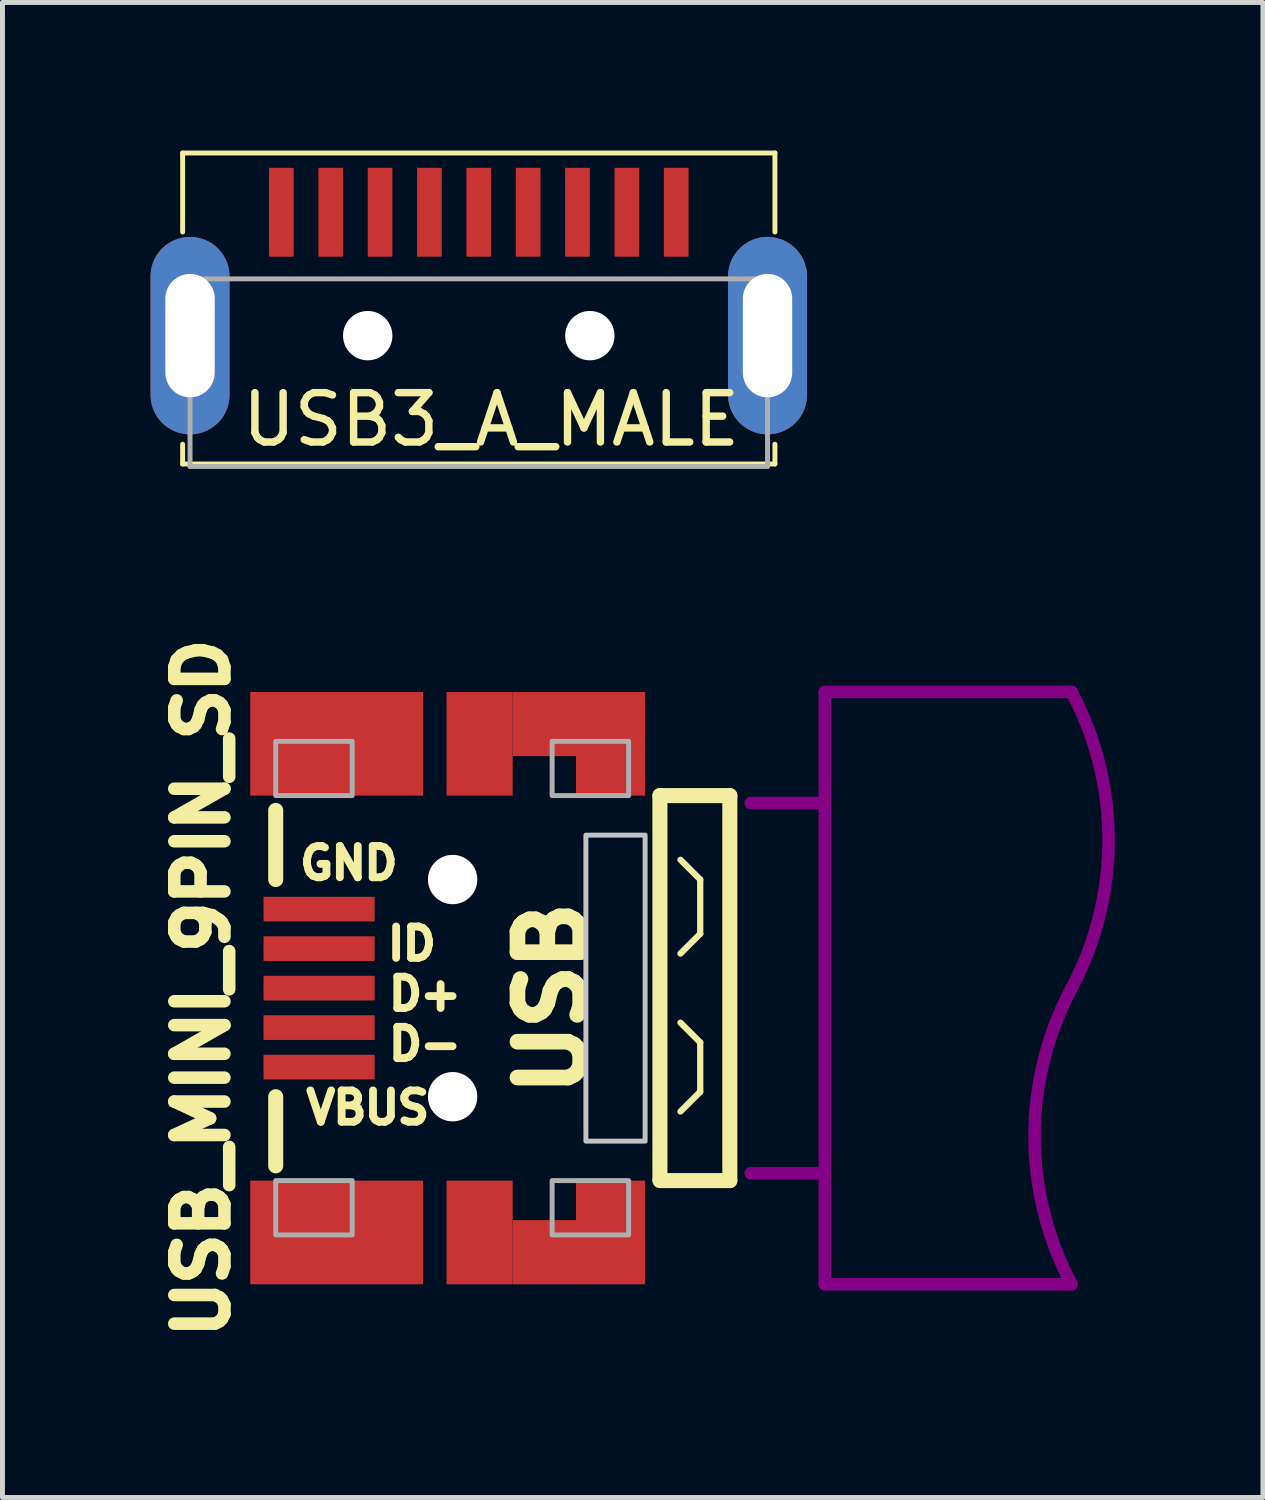
<source format=kicad_pcb>
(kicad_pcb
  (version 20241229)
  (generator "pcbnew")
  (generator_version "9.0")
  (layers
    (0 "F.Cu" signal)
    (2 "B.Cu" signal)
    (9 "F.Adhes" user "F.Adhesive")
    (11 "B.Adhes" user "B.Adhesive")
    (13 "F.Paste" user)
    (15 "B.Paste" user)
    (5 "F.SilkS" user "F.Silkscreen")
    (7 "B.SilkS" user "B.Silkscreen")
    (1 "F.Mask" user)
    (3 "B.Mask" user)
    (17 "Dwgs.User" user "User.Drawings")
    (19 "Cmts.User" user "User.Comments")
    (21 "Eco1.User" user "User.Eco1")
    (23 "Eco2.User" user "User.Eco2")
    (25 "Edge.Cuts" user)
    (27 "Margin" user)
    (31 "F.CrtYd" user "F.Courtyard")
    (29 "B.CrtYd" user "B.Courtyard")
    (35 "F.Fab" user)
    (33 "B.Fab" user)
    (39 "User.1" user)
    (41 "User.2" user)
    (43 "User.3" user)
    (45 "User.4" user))
  (footprint "USB_MINI_9PIN_SD"
    (layer "F.Cu")
    (at 7.136 16.969)
    (property "Reference" "USB_MINI_9PIN_SD" (at -6.096 0 90) (layer "F.SilkS") (effects (font (size 1.016 1.016) (thickness 0.254))))
    (attr smd)
    (fp_poly (pts (xy -4.9 -3.9) (xy -2.75 -3.9) (xy -2.75 -5.5) (xy -4.9 -5.5)) (stroke (width 0) (type solid)) (fill yes) (layer "F.Mask"))
    (fp_poly (pts (xy -4.9 5.5) (xy -2.75 5.5) (xy -2.75 3.9) (xy -4.9 3.9)) (stroke (width 0) (type solid)) (fill yes) (layer "F.Mask"))
    (fp_poly (pts (xy 0.63 -4.65) (xy 1.428 -4.65) (xy 1.428 -5.5) (xy 0.63 -5.5)) (stroke (width 0) (type solid)) (fill yes) (layer "F.Mask"))
    (fp_poly (pts (xy 0.63 5.5) (xy 1.428 5.5) (xy 1.428 4.65) (xy 0.63 4.65)) (stroke (width 0) (type solid)) (fill yes) (layer "F.Mask"))
    (fp_poly (pts (xy 1.422 -3.84) (xy 2.95 -3.84) (xy 2.95 -5.505) (xy 1.422 -5.505)) (stroke (width 0) (type solid)) (fill yes) (layer "F.Mask"))
    (fp_poly (pts (xy 1.422 5.5) (xy 2.95 5.5) (xy 2.95 3.835) (xy 1.422 3.835)) (stroke (width 0) (type solid)) (fill yes) (layer "F.Mask"))
    (fp_line (start -4.6 -3.6) (end -4.6 -2.2) (stroke (width 0.305) (type solid)) (layer "F.SilkS"))
    (fp_line (start -4.6 2.2) (end -4.6 3.6) (stroke (width 0.305) (type solid)) (layer "F.SilkS"))
    (fp_line (start 3.184 3.875) (end 3.184 -3.9) (stroke (width 0.305) (type solid)) (layer "F.SilkS"))
    (fp_line (start 3.184 3.9) (end 4.6 3.9) (stroke (width 0.305) (type solid)) (layer "F.SilkS"))
    (fp_line (start 4 -2.2) (end 3.6 -2.6) (stroke (width 0.127) (type solid)) (layer "F.SilkS"))
    (fp_line (start 4 -1.1) (end 3.6 -0.7) (stroke (width 0.127) (type solid)) (layer "F.SilkS"))
    (fp_line (start 4 -1.1) (end 4 -2.2) (stroke (width 0.127) (type solid)) (layer "F.SilkS"))
    (fp_line (start 4 1.1) (end 3.6 0.7) (stroke (width 0.127) (type solid)) (layer "F.SilkS"))
    (fp_line (start 4 2.1) (end 3.6 2.5) (stroke (width 0.127) (type solid)) (layer "F.SilkS"))
    (fp_line (start 4 2.1) (end 4 1.1) (stroke (width 0.127) (type solid)) (layer "F.SilkS"))
    (fp_line (start 4.6 -3.9) (end 3.184 -3.9) (stroke (width 0.305) (type solid)) (layer "F.SilkS"))
    (fp_line (start 4.6 3.9) (end 4.6 -3.9) (stroke (width 0.305) (type solid)) (layer "F.SilkS"))
    (fp_line (start 5.024 -3.75) (end 6.524 -3.75) (stroke (width 0.254) (type solid)) (layer "F.Adhes"))
    (fp_line (start 6.524 -6) (end 11.524 -6) (stroke (width 0.254) (type solid)) (layer "F.Adhes"))
    (fp_line (start 6.524 -3.75) (end 6.524 -6) (stroke (width 0.254) (type solid)) (layer "F.Adhes"))
    (fp_line (start 6.524 -3.75) (end 6.524 3.75) (stroke (width 0.254) (type solid)) (layer "F.Adhes"))
    (fp_line (start 6.524 3.75) (end 5.024 3.75) (stroke (width 0.254) (type solid)) (layer "F.Adhes"))
    (fp_line (start 6.524 3.75) (end 6.524 6) (stroke (width 0.254) (type solid)) (layer "F.Adhes"))
    (fp_line (start 6.524 6) (end 11.524 6) (stroke (width 0.254) (type solid)) (layer "F.Adhes"))
    (fp_arc (start 11.524 -6) (mid 12.274 -3.002502) (end 11.526353 -0.004416) (stroke (width 0.254) (type solid)) (layer "F.Adhes"))
    (fp_arc (start 11.524 6) (mid 10.774 3.002503) (end 11.521646 0.004417) (stroke (width 0.254) (type solid)) (layer "F.Adhes"))
    (fp_poly (pts (xy -4.9 -3.9) (xy -2.55 -3.9) (xy -2.55 -5.7) (xy -4.9 -5.7)) (stroke (width 0) (type solid)) (fill yes) (layer "F.Paste"))
    (fp_poly (pts (xy -4.9 5.7) (xy -2.55 5.7) (xy -2.55 3.9) (xy -4.9 3.9)) (stroke (width 0) (type solid)) (fill yes) (layer "F.Paste"))
    (fp_poly (pts (xy 0.44 -4.7) (xy 1.45 -4.7) (xy 1.45 -5.7) (xy 0.44 -5.7)) (stroke (width 0) (type solid)) (fill yes) (layer "F.Paste"))
    (fp_poly (pts (xy 0.44 5.7) (xy 1.45 5.7) (xy 1.45 4.7) (xy 0.44 4.7)) (stroke (width 0) (type solid)) (fill yes) (layer "F.Paste"))
    (fp_poly (pts (xy 1.45 -3.87) (xy 2.92 -3.87) (xy 2.92 -5.7) (xy 1.45 -5.7)) (stroke (width 0) (type solid)) (fill yes) (layer "F.Paste"))
    (fp_poly (pts (xy 1.45 5.7) (xy 2.92 5.7) (xy 2.92 3.87) (xy 1.45 3.87)) (stroke (width 0) (type solid)) (fill yes) (layer "F.Paste"))
    (fp_poly (pts (xy 2.884 -3.1) (xy 1.684 -3.1) (xy 1.684 3.1) (xy 2.884 3.1)) (stroke (width 0.1) (type solid)) (fill no) (layer "Dwgs.User"))
    (fp_poly (pts (xy -4.6 -3.9) (xy -3.05 -3.9) (xy -3.05 -5) (xy -4.6 -5)) (stroke (width 0.1) (type solid)) (fill no) (layer "F.Fab"))
    (fp_poly (pts (xy -4.6 5) (xy -3.05 5) (xy -3.05 3.9) (xy -4.6 3.9)) (stroke (width 0.1) (type solid)) (fill no) (layer "F.Fab"))
    (fp_poly (pts (xy 1 -3.9) (xy 2.55 -3.9) (xy 2.55 -5) (xy 1 -5)) (stroke (width 0.1) (type solid)) (fill no) (layer "F.Fab"))
    (fp_poly (pts (xy 1 5) (xy 2.55 5) (xy 2.55 3.9) (xy 1 3.9)) (stroke (width 0.1) (type solid)) (fill no) (layer "F.Fab"))
    (fp_text user "VBUS" (at -4.064 2.794 0) (layer "F.SilkS") (effects (font (size 0.635 0.635) (thickness 0.159)) (justify left bottom)))
    (fp_text user "D+" (at -0.762 -0.254 0) (layer "F.SilkS") (effects (font (size 0.635 0.635) (thickness 0.159)) (justify right top)))
    (fp_text user "D-" (at -0.762 0.762 0) (layer "F.SilkS") (effects (font (size 0.635 0.635) (thickness 0.159)) (justify right top)))
    (fp_text user "GND" (at -4.191 -2.159 0) (layer "F.SilkS") (effects (font (size 0.635 0.635) (thickness 0.159)) (justify left bottom)))
    (fp_text user "ID" (at -1.27 -1.27 0) (layer "F.SilkS") (effects (font (size 0.635 0.635) (thickness 0.159)) (justify right top)))
    (fp_text user "USB" (at 0.254 -1.905 90) (layer "F.SilkS") (effects (font (size 1.27 1.27) (thickness 0.318)) (justify right top)))
    (pad "" np_thru_hole circle (at -1.016 -2.2) (size 1 1) (drill 1) (layers "*.Cu"))
    (pad "" np_thru_hole circle (at -1.016 2.2) (size 1 1) (drill 1) (layers "*.Cu"))
    (pad "0" smd rect (at -3.366 -4.95 180) (size 3.5 2.1) (layers "F.Cu"))
    (pad "0" smd rect (at -3.366 4.95 180) (size 3.5 2.1) (layers "F.Cu"))
    (pad "0" smd rect (at -0.47 -4.95 180) (size 1.34 2.1) (layers "F.Cu"))
    (pad "0" smd rect (at -0.47 4.95 180) (size 1.34 2.1) (layers "F.Cu"))
    (pad "0" smd rect (at 0.85 -5.35 180) (size 1.3 1.3) (layers "F.Cu"))
    (pad "0" smd rect (at 0.85 5.35 180) (size 1.3 1.3) (layers "F.Cu"))
    (pad "0" smd rect (at 2.184 -4.95 180) (size 1.4 2.1) (layers "F.Cu"))
    (pad "0" smd rect (at 2.184 4.95 180) (size 1.4 2.1) (layers "F.Cu"))
    (pad "1" smd rect (at -3.722 1.6 180) (size 2.25 0.5) (layers "F.Cu" "F.Mask" "F.Paste"))
    (pad "2" smd rect (at -3.722 0.8 180) (size 2.25 0.5) (layers "F.Cu" "F.Mask" "F.Paste"))
    (pad "3" smd rect (at -3.722 0 180) (size 2.25 0.5) (layers "F.Cu" "F.Mask" "F.Paste"))
    (pad "4" smd rect (at -3.722 -0.8 180) (size 2.25 0.5) (layers "F.Cu" "F.Mask" "F.Paste"))
    (pad "5" smd rect (at -3.722 -1.6 180) (size 2.25 0.5) (layers "F.Cu" "F.Mask" "F.Paste")))
  (footprint "USB3_A_MALE"
    (layer "F.Cu")
    (at 6.65 6.4)
    (property "Reference" "USB3_A_MALE" (at 0.25 -0.95 0) (layer "F.SilkS") (effects (font (size 1 1) (thickness 0.15))))
    (attr smd)
    (fp_line (start -6 -6.35) (end 6 -6.35) (stroke (width 0.1) (type solid)) (layer "F.SilkS"))
    (fp_line (start -6 -4.75) (end -6 -6.35) (stroke (width 0.1) (type solid)) (layer "F.SilkS"))
    (fp_line (start -6 -0.45) (end -6 -0.05) (stroke (width 0.1) (type solid)) (layer "F.SilkS"))
    (fp_line (start -6 -0.05) (end 6 -0.05) (stroke (width 0.1) (type solid)) (layer "F.SilkS"))
    (fp_line (start 6 -6.35) (end 6 -4.75) (stroke (width 0.1) (type solid)) (layer "F.SilkS"))
    (fp_line (start 6 -0.05) (end 6 -0.45) (stroke (width 0.1) (type solid)) (layer "F.SilkS"))
    (fp_line (start -5.85 -3.8) (end 5.85 -3.8) (stroke (width 0.1) (type solid)) (layer "F.Fab"))
    (fp_line (start -5.85 0) (end -5.85 -3.8) (stroke (width 0.1) (type solid)) (layer "F.Fab"))
    (fp_line (start -5.85 0) (end 5.85 0) (stroke (width 0.1) (type solid)) (layer "F.Fab"))
    (fp_line (start 5.85 -3.8) (end 5.85 0) (stroke (width 0.1) (type solid)) (layer "F.Fab"))
    (pad "" np_thru_hole circle (at -2.25 -2.65) (size 1 1) (drill 1) (layers "*.Cu" "*.Mask"))
    (pad "" np_thru_hole circle (at 2.25 -2.65) (size 1 1) (drill 1) (layers "*.Cu" "*.Mask"))
    (pad "0" thru_hole oval (at -5.85 -2.65) (size 1.6 4) (drill oval 1 2.5) (layers "*.Cu" "*.Mask"))
    (pad "0" thru_hole oval (at 5.85 -2.65) (size 1.6 4) (drill oval 1 2.5) (layers "*.Cu" "*.Mask"))
    (pad "1" smd rect (at 3 -5.15) (size 0.5 1.8) (layers "F.Cu" "F.Mask" "F.Paste"))
    (pad "2" smd rect (at 1 -5.15) (size 0.5 1.8) (layers "F.Cu" "F.Mask" "F.Paste"))
    (pad "3" smd rect (at -1 -5.15) (size 0.5 1.8) (layers "F.Cu" "F.Mask" "F.Paste"))
    (pad "4" smd rect (at -3 -5.15) (size 0.5 1.8) (layers "F.Cu" "F.Mask" "F.Paste"))
    (pad "5" smd rect (at -4 -5.15) (size 0.5 1.8) (layers "F.Cu" "F.Mask" "F.Paste"))
    (pad "6" smd rect (at -2 -5.15) (size 0.5 1.8) (layers "F.Cu" "F.Mask" "F.Paste"))
    (pad "7" smd rect (at 0 -5.15) (size 0.5 1.8) (layers "F.Cu" "F.Mask" "F.Paste"))
    (pad "8" smd rect (at 2 -5.15) (size 0.5 1.8) (layers "F.Cu" "F.Mask" "F.Paste"))
    (pad "9" smd rect (at 4 -5.15) (size 0.5 1.8) (layers "F.Cu" "F.Mask" "F.Paste")))
  (gr_rect
    (start -3 -3)
    (end 22.537 27.288)
    (stroke (width 0.1) (type default))
    (fill no)
    (layer "Edge.Cuts")))
</source>
